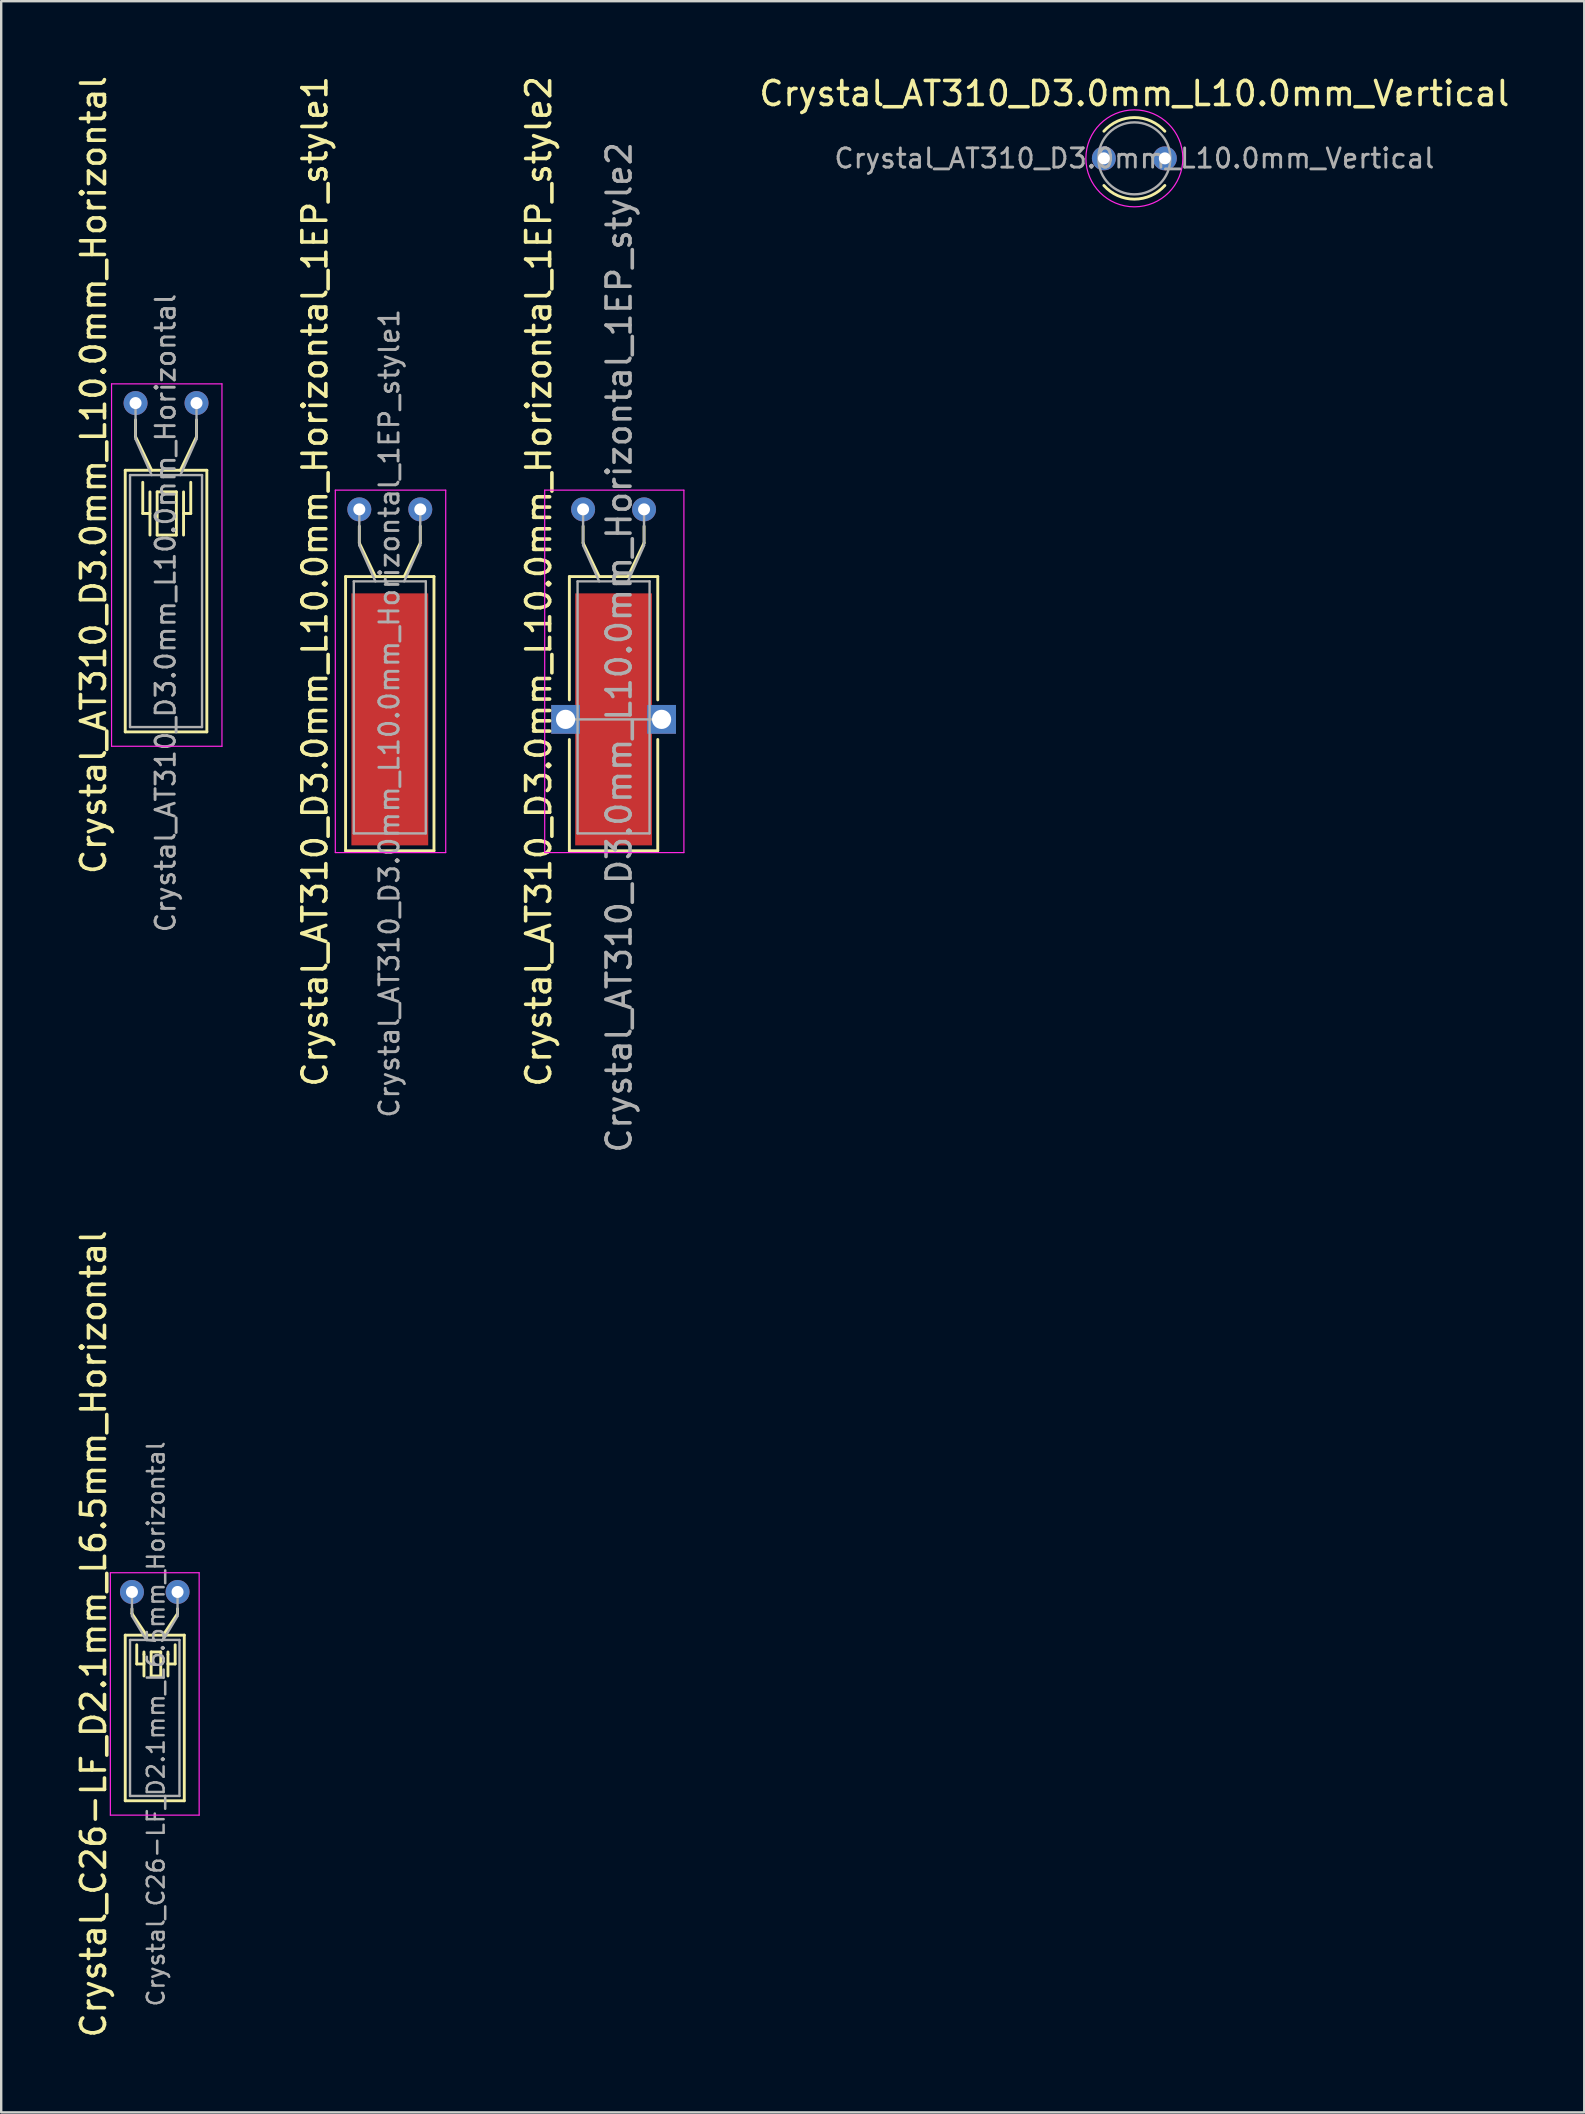
<source format=kicad_pcb>
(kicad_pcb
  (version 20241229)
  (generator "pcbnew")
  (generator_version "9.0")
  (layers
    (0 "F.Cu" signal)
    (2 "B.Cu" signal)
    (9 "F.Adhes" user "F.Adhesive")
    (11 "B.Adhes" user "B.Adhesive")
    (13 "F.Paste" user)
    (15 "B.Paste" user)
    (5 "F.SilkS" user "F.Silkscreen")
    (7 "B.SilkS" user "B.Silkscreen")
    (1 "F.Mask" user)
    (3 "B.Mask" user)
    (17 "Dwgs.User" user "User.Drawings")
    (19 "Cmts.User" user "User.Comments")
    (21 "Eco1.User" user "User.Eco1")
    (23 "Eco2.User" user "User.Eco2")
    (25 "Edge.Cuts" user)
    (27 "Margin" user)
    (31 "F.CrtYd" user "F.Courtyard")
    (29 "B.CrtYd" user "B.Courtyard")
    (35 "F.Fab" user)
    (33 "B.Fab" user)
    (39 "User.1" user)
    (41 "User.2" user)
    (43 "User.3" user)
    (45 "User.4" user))
  (footprint "Crystal_AT310_D3.0mm_L10.0mm_Horizontal_1EP_style2"
    (layer "F.Cu")
    (at 21.245 18.173)
    (property "Reference" "Crystal_AT310_D3.0mm_L10.0mm_Horizontal_1EP_style2" (at -1.85 3 90) (layer "F.SilkS") (effects (font (size 1 1) (thickness 0.15))))
    (attr through_hole)
    (fp_line (start -0.572 2.8) (end 3.111 2.8) (stroke (width 0.12) (type solid)) (layer "F.SilkS"))
    (fp_line (start -0.572 7.938) (end -0.572 2.8) (stroke (width 0.12) (type solid)) (layer "F.SilkS"))
    (fp_line (start -0.572 14.224) (end -0.572 9.588) (stroke (width 0.12) (type solid)) (layer "F.SilkS"))
    (fp_line (start 0 1.4) (end 0 0.7) (stroke (width 0.12) (type solid)) (layer "F.SilkS"))
    (fp_line (start 0.67 2.8) (end 0 1.4) (stroke (width 0.12) (type solid)) (layer "F.SilkS"))
    (fp_line (start 1.87 2.8) (end 2.54 1.4) (stroke (width 0.12) (type solid)) (layer "F.SilkS"))
    (fp_line (start 2.54 1.4) (end 2.54 0.7) (stroke (width 0.12) (type solid)) (layer "F.SilkS"))
    (fp_line (start 3.111 2.8) (end 3.111 7.938) (stroke (width 0.12) (type solid)) (layer "F.SilkS"))
    (fp_line (start 3.111 9.588) (end 3.111 14.224) (stroke (width 0.12) (type solid)) (layer "F.SilkS"))
    (fp_line (start 3.111 14.224) (end -0.572 14.224) (stroke (width 0.12) (type solid)) (layer "F.SilkS"))
    (fp_line (start -1.6 -0.8) (end -1.6 14.3) (stroke (width 0.05) (type solid)) (layer "F.CrtYd"))
    (fp_line (start -1.6 14.3) (end 4.2 14.3) (stroke (width 0.05) (type solid)) (layer "F.CrtYd"))
    (fp_line (start 4.2 -0.8) (end -1.6 -0.8) (stroke (width 0.05) (type solid)) (layer "F.CrtYd"))
    (fp_line (start 4.2 14.3) (end 4.2 -0.8) (stroke (width 0.05) (type solid)) (layer "F.CrtYd"))
    (fp_line (start -0.73 8.75) (end 3.27 8.75) (stroke (width 0.1) (type solid)) (layer "F.Fab"))
    (fp_line (start -0.23 3) (end -0.23 13.5) (stroke (width 0.1) (type solid)) (layer "F.Fab"))
    (fp_line (start -0.23 13.5) (end 2.77 13.5) (stroke (width 0.1) (type solid)) (layer "F.Fab"))
    (fp_line (start 0 1.5) (end 0 0) (stroke (width 0.1) (type solid)) (layer "F.Fab"))
    (fp_line (start 0.67 3) (end 0 1.5) (stroke (width 0.1) (type solid)) (layer "F.Fab"))
    (fp_line (start 1.87 3) (end 2.54 1.5) (stroke (width 0.1) (type solid)) (layer "F.Fab"))
    (fp_line (start 2.54 1.5) (end 2.54 0) (stroke (width 0.1) (type solid)) (layer "F.Fab"))
    (fp_line (start 2.77 3) (end -0.23 3) (stroke (width 0.1) (type solid)) (layer "F.Fab"))
    (fp_line (start 2.77 13.5) (end 2.77 3) (stroke (width 0.1) (type solid)) (layer "F.Fab"))
    (fp_text user "${REFERENCE}" (at 1.5 5.75 90) (layer "F.Fab") (effects (font (size 1 1) (thickness 0.15))))
    (pad "1" thru_hole circle (at 0 0) (size 1 1) (drill 0.5) (layers "*.Cu" "*.Mask"))
    (pad "2" thru_hole circle (at 2.54 0) (size 1 1) (drill 0.5) (layers "*.Cu" "*.Mask"))
    (pad "3" thru_hole rect (at -0.73 8.75) (size 1.2 1.2) (drill 0.8) (layers "*.Cu" "*.Mask"))
    (pad "3" smd rect (at 1.27 8.75) (size 3.2 10.5) (layers "F.Cu" "F.Mask" "F.Paste"))
    (pad "3" thru_hole rect (at 3.27 8.75) (size 1.2 1.2) (drill 0.8) (layers "*.Cu" "*.Mask")))
  (footprint "Crystal_AT310_D3.0mm_L10.0mm_Vertical"
    (layer "F.Cu")
    (at 42.944 3.548)
    (property "Reference" "Crystal_AT310_D3.0mm_L10.0mm_Vertical" (at 1.27 -2.7 0) (layer "F.SilkS") (effects (font (size 1 1) (thickness 0.15))))
    (attr through_hole)
    (fp_arc (start 0 -1.130088) (mid 1.270408 -1.7) (end 2.540542 -1.129479) (stroke (width 0.12) (type solid)) (layer "F.SilkS"))
    (fp_arc (start 2.540542 1.129479) (mid 1.270408 1.7) (end 0 1.130088) (stroke (width 0.12) (type solid)) (layer "F.SilkS"))
    (fp_circle (center 1.27 0) (end 3.29 0) (stroke (width 0.05) (type solid)) (fill no) (layer "F.CrtYd"))
    (fp_circle (center 1.27 0) (end 2.77 0) (stroke (width 0.1) (type solid)) (fill no) (layer "F.Fab"))
    (fp_text user "${REFERENCE}" (at 1.27 0 0) (layer "F.Fab") (effects (font (size 0.8 0.8) (thickness 0.12))))
    (pad "1" thru_hole circle (at 0 0) (size 1 1) (drill 0.5) (layers "*.Cu" "*.Mask"))
    (pad "2" thru_hole circle (at 2.54 0) (size 1 1) (drill 0.5) (layers "*.Cu" "*.Mask")))
  (footprint "Crystal_AT310_D3.0mm_L10.0mm_Horizontal"
    (layer "F.Cu")
    (at 2.598 13.744)
    (property "Reference" "Crystal_AT310_D3.0mm_L10.0mm_Horizontal" (at -1.75 3 90) (layer "F.SilkS") (effects (font (size 1 1) (thickness 0.15))))
    (attr through_hole)
    (fp_line (start -0.43 2.8) (end -0.43 13.7) (stroke (width 0.12) (type solid)) (layer "F.SilkS"))
    (fp_line (start -0.43 13.7) (end 2.97 13.7) (stroke (width 0.12) (type solid)) (layer "F.SilkS"))
    (fp_line (start 0 1.4) (end 0 0.7) (stroke (width 0.12) (type solid)) (layer "F.SilkS"))
    (fp_line (start 0.3 4.6) (end 0.3 3.3) (stroke (width 0.12) (type solid)) (layer "F.SilkS"))
    (fp_line (start 0.6 4.6) (end 0.3 4.6) (stroke (width 0.12) (type solid)) (layer "F.SilkS"))
    (fp_line (start 0.6 5.5) (end 0.6 3.7) (stroke (width 0.12) (type solid)) (layer "F.SilkS"))
    (fp_line (start 0.67 2.8) (end 0 1.4) (stroke (width 0.12) (type solid)) (layer "F.SilkS"))
    (fp_line (start 0.9 3.7) (end 1.7 3.7) (stroke (width 0.12) (type solid)) (layer "F.SilkS"))
    (fp_line (start 0.9 5.5) (end 0.9 3.7) (stroke (width 0.12) (type solid)) (layer "F.SilkS"))
    (fp_line (start 1.7 3.7) (end 1.7 5.5) (stroke (width 0.12) (type solid)) (layer "F.SilkS"))
    (fp_line (start 1.7 5.5) (end 0.9 5.5) (stroke (width 0.12) (type solid)) (layer "F.SilkS"))
    (fp_line (start 1.87 2.8) (end 2.54 1.4) (stroke (width 0.12) (type solid)) (layer "F.SilkS"))
    (fp_line (start 2 3.7) (end 2 5.5) (stroke (width 0.12) (type solid)) (layer "F.SilkS"))
    (fp_line (start 2 4.6) (end 2.3 4.6) (stroke (width 0.12) (type solid)) (layer "F.SilkS"))
    (fp_line (start 2.3 4.6) (end 2.3 3.3) (stroke (width 0.12) (type solid)) (layer "F.SilkS"))
    (fp_line (start 2.54 1.4) (end 2.54 0.7) (stroke (width 0.12) (type solid)) (layer "F.SilkS"))
    (fp_line (start 2.97 2.8) (end -0.43 2.8) (stroke (width 0.12) (type solid)) (layer "F.SilkS"))
    (fp_line (start 2.97 13.7) (end 2.97 2.8) (stroke (width 0.12) (type solid)) (layer "F.SilkS"))
    (fp_line (start -1 -0.8) (end -1 14.3) (stroke (width 0.05) (type solid)) (layer "F.CrtYd"))
    (fp_line (start -1 14.3) (end 3.6 14.3) (stroke (width 0.05) (type solid)) (layer "F.CrtYd"))
    (fp_line (start 3.6 -0.8) (end -1 -0.8) (stroke (width 0.05) (type solid)) (layer "F.CrtYd"))
    (fp_line (start 3.6 14.3) (end 3.6 -0.8) (stroke (width 0.05) (type solid)) (layer "F.CrtYd"))
    (fp_line (start -0.23 3) (end -0.23 13.5) (stroke (width 0.1) (type solid)) (layer "F.Fab"))
    (fp_line (start -0.23 13.5) (end 2.77 13.5) (stroke (width 0.1) (type solid)) (layer "F.Fab"))
    (fp_line (start 0 1.5) (end 0 0) (stroke (width 0.1) (type solid)) (layer "F.Fab"))
    (fp_line (start 0.67 3) (end 0 1.5) (stroke (width 0.1) (type solid)) (layer "F.Fab"))
    (fp_line (start 1.87 3) (end 2.54 1.5) (stroke (width 0.1) (type solid)) (layer "F.Fab"))
    (fp_line (start 2.54 1.5) (end 2.54 0) (stroke (width 0.1) (type solid)) (layer "F.Fab"))
    (fp_line (start 2.77 3) (end -0.23 3) (stroke (width 0.1) (type solid)) (layer "F.Fab"))
    (fp_line (start 2.77 13.5) (end 2.77 3) (stroke (width 0.1) (type solid)) (layer "F.Fab"))
    (fp_text user "${REFERENCE}" (at 1.25 8.75 90) (layer "F.Fab") (effects (font (size 0.8 0.8) (thickness 0.12))))
    (pad "1" thru_hole circle (at 0 0) (size 1 1) (drill 0.5) (layers "*.Cu" "*.Mask"))
    (pad "2" thru_hole circle (at 2.54 0) (size 1 1) (drill 0.5) (layers "*.Cu" "*.Mask")))
  (footprint "Crystal_AT310_D3.0mm_L10.0mm_Horizontal_1EP_style1"
    (layer "F.Cu")
    (at 11.921 18.173)
    (property "Reference" "Crystal_AT310_D3.0mm_L10.0mm_Horizontal_1EP_style1" (at -1.85 3 90) (layer "F.SilkS") (effects (font (size 1 1) (thickness 0.15))))
    (attr through_hole)
    (fp_line (start -0.572 2.8) (end 3.111 2.8) (stroke (width 0.12) (type solid)) (layer "F.SilkS"))
    (fp_line (start -0.572 14.224) (end -0.572 2.8) (stroke (width 0.12) (type solid)) (layer "F.SilkS"))
    (fp_line (start -0.572 14.224) (end 3.111 14.224) (stroke (width 0.12) (type solid)) (layer "F.SilkS"))
    (fp_line (start 0 1.4) (end 0 0.7) (stroke (width 0.12) (type solid)) (layer "F.SilkS"))
    (fp_line (start 0.67 2.8) (end 0 1.4) (stroke (width 0.12) (type solid)) (layer "F.SilkS"))
    (fp_line (start 1.87 2.8) (end 2.54 1.4) (stroke (width 0.12) (type solid)) (layer "F.SilkS"))
    (fp_line (start 2.54 1.4) (end 2.54 0.7) (stroke (width 0.12) (type solid)) (layer "F.SilkS"))
    (fp_line (start 3.111 2.8) (end 3.111 14.224) (stroke (width 0.12) (type solid)) (layer "F.SilkS"))
    (fp_line (start -1 -0.8) (end -1 14.3) (stroke (width 0.05) (type solid)) (layer "F.CrtYd"))
    (fp_line (start -1 14.3) (end 3.6 14.3) (stroke (width 0.05) (type solid)) (layer "F.CrtYd"))
    (fp_line (start 3.6 -0.8) (end -1 -0.8) (stroke (width 0.05) (type solid)) (layer "F.CrtYd"))
    (fp_line (start 3.6 14.3) (end 3.6 -0.8) (stroke (width 0.05) (type solid)) (layer "F.CrtYd"))
    (fp_line (start -0.23 3) (end -0.23 13.5) (stroke (width 0.1) (type solid)) (layer "F.Fab"))
    (fp_line (start -0.23 13.5) (end 2.77 13.5) (stroke (width 0.1) (type solid)) (layer "F.Fab"))
    (fp_line (start 0 1.5) (end 0 0) (stroke (width 0.1) (type solid)) (layer "F.Fab"))
    (fp_line (start 0.67 3) (end 0 1.5) (stroke (width 0.1) (type solid)) (layer "F.Fab"))
    (fp_line (start 1.87 3) (end 2.54 1.5) (stroke (width 0.1) (type solid)) (layer "F.Fab"))
    (fp_line (start 2.54 1.5) (end 2.54 0) (stroke (width 0.1) (type solid)) (layer "F.Fab"))
    (fp_line (start 2.77 3) (end -0.23 3) (stroke (width 0.1) (type solid)) (layer "F.Fab"))
    (fp_line (start 2.77 13.5) (end 2.77 3) (stroke (width 0.1) (type solid)) (layer "F.Fab"))
    (fp_text user "${REFERENCE}" (at 1.25 8.5 90) (layer "F.Fab") (effects (font (size 0.8 0.8) (thickness 0.12))))
    (pad "1" thru_hole circle (at 0 0) (size 1 1) (drill 0.5) (layers "*.Cu" "*.Mask"))
    (pad "2" thru_hole circle (at 2.54 0) (size 1 1) (drill 0.5) (layers "*.Cu" "*.Mask"))
    (pad "3" smd rect (at 1.27 8.75) (size 3.2 10.5) (layers "F.Cu" "F.Mask" "F.Paste")))
  (footprint "Crystal_C26-LF_D2.1mm_L6.5mm_Horizontal"
    (layer "F.Cu")
    (at 2.448 63.28)
    (property "Reference" "Crystal_C26-LF_D2.1mm_L6.5mm_Horizontal" (at -1.6 1.75 90) (layer "F.SilkS") (effects (font (size 1 1) (thickness 0.15))))
    (attr through_hole)
    (fp_line (start -0.28 1.8) (end -0.28 8.7) (stroke (width 0.12) (type solid)) (layer "F.SilkS"))
    (fp_line (start -0.28 8.7) (end 2.18 8.7) (stroke (width 0.12) (type solid)) (layer "F.SilkS"))
    (fp_line (start 0 0.9) (end 0 0.7) (stroke (width 0.12) (type solid)) (layer "F.SilkS"))
    (fp_line (start 0.2 3) (end 0.2 2.2) (stroke (width 0.12) (type solid)) (layer "F.SilkS"))
    (fp_line (start 0.5 2.6) (end 0.5 2.5) (stroke (width 0.12) (type solid)) (layer "F.SilkS"))
    (fp_line (start 0.5 3) (end 0.2 3) (stroke (width 0.12) (type solid)) (layer "F.SilkS"))
    (fp_line (start 0.5 3.5) (end 0.5 2.6) (stroke (width 0.12) (type solid)) (layer "F.SilkS"))
    (fp_line (start 0.6 1.8) (end 0 0.9) (stroke (width 0.12) (type solid)) (layer "F.SilkS"))
    (fp_line (start 0.8 2.5) (end 0.8 3.5) (stroke (width 0.12) (type solid)) (layer "F.SilkS"))
    (fp_line (start 0.8 3.5) (end 1.2 3.5) (stroke (width 0.12) (type solid)) (layer "F.SilkS"))
    (fp_line (start 1.2 2.5) (end 0.8 2.5) (stroke (width 0.12) (type solid)) (layer "F.SilkS"))
    (fp_line (start 1.2 3.5) (end 1.2 2.5) (stroke (width 0.12) (type solid)) (layer "F.SilkS"))
    (fp_line (start 1.3 1.8) (end 1.9 0.9) (stroke (width 0.12) (type solid)) (layer "F.SilkS"))
    (fp_line (start 1.5 2.6) (end 1.5 2.5) (stroke (width 0.12) (type solid)) (layer "F.SilkS"))
    (fp_line (start 1.5 3) (end 1.8 3) (stroke (width 0.12) (type solid)) (layer "F.SilkS"))
    (fp_line (start 1.5 3.5) (end 1.5 2.6) (stroke (width 0.12) (type solid)) (layer "F.SilkS"))
    (fp_line (start 1.8 3) (end 1.8 2.2) (stroke (width 0.12) (type solid)) (layer "F.SilkS"))
    (fp_line (start 1.9 0.9) (end 1.9 0.7) (stroke (width 0.12) (type solid)) (layer "F.SilkS"))
    (fp_line (start 2.18 1.8) (end -0.28 1.8) (stroke (width 0.12) (type solid)) (layer "F.SilkS"))
    (fp_line (start 2.18 8.7) (end 2.18 1.8) (stroke (width 0.12) (type solid)) (layer "F.SilkS"))
    (fp_line (start -0.9 -0.8) (end -0.9 9.3) (stroke (width 0.05) (type solid)) (layer "F.CrtYd"))
    (fp_line (start -0.9 9.3) (end 2.8 9.3) (stroke (width 0.05) (type solid)) (layer "F.CrtYd"))
    (fp_line (start 2.8 -0.8) (end -0.9 -0.8) (stroke (width 0.05) (type solid)) (layer "F.CrtYd"))
    (fp_line (start 2.8 9.3) (end 2.8 -0.8) (stroke (width 0.05) (type solid)) (layer "F.CrtYd"))
    (fp_line (start -0.08 2) (end -0.08 8.5) (stroke (width 0.1) (type solid)) (layer "F.Fab"))
    (fp_line (start -0.08 8.5) (end 1.98 8.5) (stroke (width 0.1) (type solid)) (layer "F.Fab"))
    (fp_line (start 0 1) (end 0 0) (stroke (width 0.1) (type solid)) (layer "F.Fab"))
    (fp_line (start 0.6 2) (end 0 1) (stroke (width 0.1) (type solid)) (layer "F.Fab"))
    (fp_line (start 1.3 2) (end 1.9 1) (stroke (width 0.1) (type solid)) (layer "F.Fab"))
    (fp_line (start 1.9 1) (end 1.9 0) (stroke (width 0.1) (type solid)) (layer "F.Fab"))
    (fp_line (start 1.98 2) (end -0.08 2) (stroke (width 0.1) (type solid)) (layer "F.Fab"))
    (fp_line (start 1.98 8.5) (end 1.98 2) (stroke (width 0.1) (type solid)) (layer "F.Fab"))
    (fp_text user "${REFERENCE}" (at 1 5.5 90) (layer "F.Fab") (effects (font (size 0.7 0.7) (thickness 0.105))))
    (pad "1" thru_hole circle (at 0 0) (size 1 1) (drill 0.5) (layers "*.Cu" "*.Mask"))
    (pad "2" thru_hole circle (at 1.9 0) (size 1 1) (drill 0.5) (layers "*.Cu" "*.Mask")))
  (gr_rect
    (start -3 -3)
    (end 62.958 84.964)
    (stroke (width 0.1) (type default))
    (fill no)
    (layer "Edge.Cuts")))
</source>
